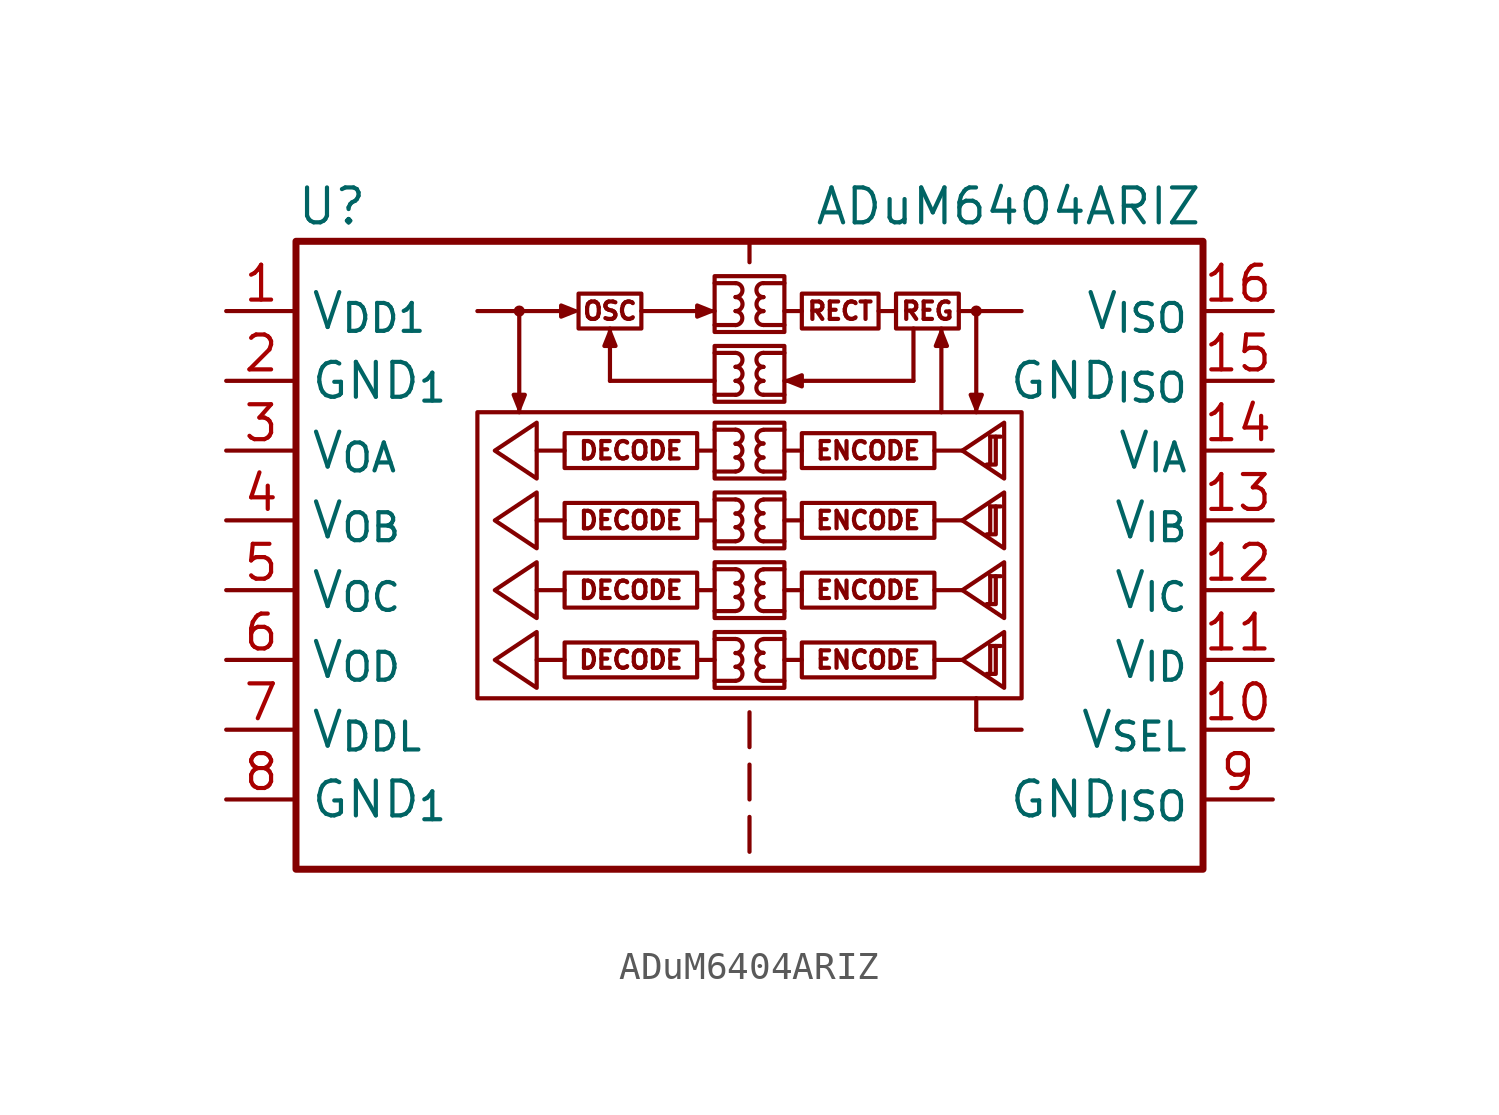
<source format=kicad_sym>
(kicad_symbol_lib
  (version 20211014)
  (generator kicad_symbol_editor)
  (symbol "ADuM6404ARIZ"
    (property "Reference" "U"
      (at 0 1.27 0)
      (effects (font (size 1.27 1.27)) (justify left)))
    (property "Value" "ADuM6404ARIZ"
      (at 33.02 1.27 0)
      (effects (font (size 1.27 1.27)) (justify right)))
    (symbol "ADuM6404ARIZ_0_1"
      (circle (center 8.128 -2.54) (radius 0.127) (stroke (width 0) (type default) (color 0 0 0 0)) (fill (type outline)))
      (circle (center 24.765 -2.54) (radius 0.127) (stroke (width 0) (type default) (color 0 0 0 0)) (fill (type outline))))
    (symbol "ADuM6404ARIZ_1_0"
      (polyline (pts (xy 8.128 -2.54) (xy 8.128 -6.223)) (stroke (width 0) (type default) (color 0 0 0 0)) (fill (type none)))
      (polyline (pts (xy 9.779 -15.24) (xy 8.763 -15.24)) (stroke (width 0) (type default) (color 0 0 0 0)) (fill (type none)))
      (polyline (pts (xy 9.779 -12.7) (xy 8.763 -12.7)) (stroke (width 0) (type default) (color 0 0 0 0)) (fill (type none)))
      (polyline (pts (xy 9.779 -10.16) (xy 8.763 -10.16)) (stroke (width 0) (type default) (color 0 0 0 0)) (fill (type none)))
      (polyline (pts (xy 9.779 -7.62) (xy 8.763 -7.62)) (stroke (width 0) (type default) (color 0 0 0 0)) (fill (type none)))
      (polyline (pts (xy 10.16 -2.54) (xy 6.604 -2.54)) (stroke (width 0) (type default) (color 0 0 0 0)) (fill (type none)))
      (polyline (pts (xy 11.43 -5.08) (xy 15.24 -5.08)) (stroke (width 0) (type default) (color 0 0 0 0)) (fill (type none)))
      (polyline (pts (xy 11.43 -3.175) (xy 11.43 -5.08)) (stroke (width 0) (type default) (color 0 0 0 0)) (fill (type none)))
      (polyline (pts (xy 12.573 -2.54) (xy 15.24 -2.54)) (stroke (width 0) (type default) (color 0 0 0 0)) (fill (type none)))
      (polyline (pts (xy 14.605 -15.24) (xy 15.24 -15.24)) (stroke (width 0) (type default) (color 0 0 0 0)) (fill (type none)))
      (polyline (pts (xy 14.605 -12.7) (xy 15.24 -12.7)) (stroke (width 0) (type default) (color 0 0 0 0)) (fill (type none)))
      (polyline (pts (xy 14.605 -10.16) (xy 15.24 -10.16)) (stroke (width 0) (type default) (color 0 0 0 0)) (fill (type none)))
      (polyline (pts (xy 14.605 -7.62) (xy 15.24 -7.62)) (stroke (width 0) (type default) (color 0 0 0 0)) (fill (type none)))
      (polyline (pts (xy 15.24 -16.002) (xy 16.002 -16.002)) (stroke (width 0) (type default) (color 0 0 0 0)) (fill (type none)))
      (polyline (pts (xy 15.24 -14.478) (xy 16.002 -14.478)) (stroke (width 0) (type default) (color 0 0 0 0)) (fill (type none)))
      (polyline (pts (xy 15.24 -13.462) (xy 16.002 -13.462)) (stroke (width 0) (type default) (color 0 0 0 0)) (fill (type none)))
      (polyline (pts (xy 15.24 -11.938) (xy 16.002 -11.938)) (stroke (width 0) (type default) (color 0 0 0 0)) (fill (type none)))
      (polyline (pts (xy 15.24 -10.922) (xy 16.002 -10.922)) (stroke (width 0) (type default) (color 0 0 0 0)) (fill (type none)))
      (polyline (pts (xy 15.24 -9.398) (xy 16.002 -9.398)) (stroke (width 0) (type default) (color 0 0 0 0)) (fill (type none)))
      (polyline (pts (xy 15.24 -8.382) (xy 16.002 -8.382)) (stroke (width 0) (type default) (color 0 0 0 0)) (fill (type none)))
      (polyline (pts (xy 15.24 -6.858) (xy 16.002 -6.858)) (stroke (width 0) (type default) (color 0 0 0 0)) (fill (type none)))
      (polyline (pts (xy 15.24 -5.588) (xy 16.002 -5.588)) (stroke (width 0) (type default) (color 0 0 0 0)) (fill (type none)))
      (polyline (pts (xy 15.24 -4.064) (xy 16.002 -4.064)) (stroke (width 0) (type default) (color 0 0 0 0)) (fill (type none)))
      (polyline (pts (xy 15.24 -3.048) (xy 16.002 -3.048)) (stroke (width 0) (type default) (color 0 0 0 0)) (fill (type none)))
      (polyline (pts (xy 15.24 -1.524) (xy 16.002 -1.524)) (stroke (width 0) (type default) (color 0 0 0 0)) (fill (type none)))
      (polyline (pts (xy 16.51 -20.955) (xy 16.51 -22.225)) (stroke (width 0) (type default) (color 0 0 0 0)) (fill (type none)))
      (polyline (pts (xy 16.51 -19.05) (xy 16.51 -20.32)) (stroke (width 0) (type default) (color 0 0 0 0)) (fill (type none)))
      (polyline (pts (xy 16.51 -17.145) (xy 16.51 -18.415)) (stroke (width 0) (type default) (color 0 0 0 0)) (fill (type none)))
      (polyline (pts (xy 16.51 0) (xy 16.51 -0.762)) (stroke (width 0) (type default) (color 0 0 0 0)) (fill (type none)))
      (polyline (pts (xy 17.78 -16.002) (xy 17.018 -16.002)) (stroke (width 0) (type default) (color 0 0 0 0)) (fill (type none)))
      (polyline (pts (xy 17.78 -14.478) (xy 17.018 -14.478)) (stroke (width 0) (type default) (color 0 0 0 0)) (fill (type none)))
      (polyline (pts (xy 17.78 -13.462) (xy 17.018 -13.462)) (stroke (width 0) (type default) (color 0 0 0 0)) (fill (type none)))
      (polyline (pts (xy 17.78 -11.938) (xy 17.018 -11.938)) (stroke (width 0) (type default) (color 0 0 0 0)) (fill (type none)))
      (polyline (pts (xy 17.78 -10.922) (xy 17.018 -10.922)) (stroke (width 0) (type default) (color 0 0 0 0)) (fill (type none)))
      (polyline (pts (xy 17.78 -9.398) (xy 17.018 -9.398)) (stroke (width 0) (type default) (color 0 0 0 0)) (fill (type none)))
      (polyline (pts (xy 17.78 -8.382) (xy 17.018 -8.382)) (stroke (width 0) (type default) (color 0 0 0 0)) (fill (type none)))
      (polyline (pts (xy 17.78 -6.858) (xy 17.018 -6.858)) (stroke (width 0) (type default) (color 0 0 0 0)) (fill (type none)))
      (polyline (pts (xy 17.78 -5.588) (xy 17.018 -5.588)) (stroke (width 0) (type default) (color 0 0 0 0)) (fill (type none)))
      (polyline (pts (xy 17.78 -5.08) (xy 22.479 -5.08)) (stroke (width 0) (type default) (color 0 0 0 0)) (fill (type none)))
      (polyline (pts (xy 17.78 -4.064) (xy 17.018 -4.064)) (stroke (width 0) (type default) (color 0 0 0 0)) (fill (type none)))
      (polyline (pts (xy 17.78 -3.048) (xy 17.018 -3.048)) (stroke (width 0) (type default) (color 0 0 0 0)) (fill (type none)))
      (polyline (pts (xy 17.78 -1.524) (xy 17.018 -1.524)) (stroke (width 0) (type default) (color 0 0 0 0)) (fill (type none)))
      (polyline (pts (xy 18.415 -15.24) (xy 17.78 -15.24)) (stroke (width 0) (type default) (color 0 0 0 0)) (fill (type none)))
      (polyline (pts (xy 18.415 -12.7) (xy 17.78 -12.7)) (stroke (width 0) (type default) (color 0 0 0 0)) (fill (type none)))
      (polyline (pts (xy 18.415 -10.16) (xy 17.78 -10.16)) (stroke (width 0) (type default) (color 0 0 0 0)) (fill (type none)))
      (polyline (pts (xy 18.415 -7.62) (xy 17.78 -7.62)) (stroke (width 0) (type default) (color 0 0 0 0)) (fill (type none)))
      (polyline (pts (xy 18.415 -2.54) (xy 17.78 -2.54)) (stroke (width 0) (type default) (color 0 0 0 0)) (fill (type none)))
      (polyline (pts (xy 21.209 -2.54) (xy 21.844 -2.54)) (stroke (width 0) (type default) (color 0 0 0 0)) (fill (type none)))
      (polyline (pts (xy 22.479 -3.175) (xy 22.479 -5.08)) (stroke (width 0) (type default) (color 0 0 0 0)) (fill (type none)))
      (polyline (pts (xy 23.495 -3.175) (xy 23.495 -6.223)) (stroke (width 0) (type default) (color 0 0 0 0)) (fill (type none)))
      (polyline (pts (xy 24.13 -2.54) (xy 26.416 -2.54)) (stroke (width 0) (type default) (color 0 0 0 0)) (fill (type none)))
      (polyline (pts (xy 24.257 -15.24) (xy 23.241 -15.24)) (stroke (width 0) (type default) (color 0 0 0 0)) (fill (type none)))
      (polyline (pts (xy 24.257 -12.7) (xy 23.241 -12.7)) (stroke (width 0) (type default) (color 0 0 0 0)) (fill (type none)))
      (polyline (pts (xy 24.257 -10.16) (xy 23.241 -10.16)) (stroke (width 0) (type default) (color 0 0 0 0)) (fill (type none)))
      (polyline (pts (xy 24.257 -7.62) (xy 23.241 -7.62)) (stroke (width 0) (type default) (color 0 0 0 0)) (fill (type none)))
      (polyline (pts (xy 24.765 -17.78) (xy 26.416 -17.78)) (stroke (width 0) (type default) (color 0 0 0 0)) (fill (type none)))
      (polyline (pts (xy 24.765 -16.637) (xy 24.765 -17.78)) (stroke (width 0) (type default) (color 0 0 0 0)) (fill (type none)))
      (polyline (pts (xy 24.765 -2.54) (xy 24.765 -6.223)) (stroke (width 0) (type default) (color 0 0 0 0)) (fill (type none)))
      (polyline (pts (xy 8.128 -6.096) (xy 8.331 -5.588) (xy 7.925 -5.588) (xy 8.128 -6.096)) (stroke (width 0) (type default) (color 0 0 0 0)) (fill (type outline)))
      (polyline (pts (xy 10.16 -2.54) (xy 9.652 -2.337) (xy 9.652 -2.743) (xy 10.16 -2.54)) (stroke (width 0) (type default) (color 0 0 0 0)) (fill (type outline)))
      (polyline (pts (xy 11.43 -3.302) (xy 11.227 -3.81) (xy 11.633 -3.81) (xy 11.43 -3.302)) (stroke (width 0) (type default) (color 0 0 0 0)) (fill (type outline)))
      (polyline (pts (xy 15.113 -2.54) (xy 14.605 -2.337) (xy 14.605 -2.743) (xy 15.113 -2.54)) (stroke (width 0) (type default) (color 0 0 0 0)) (fill (type outline)))
      (polyline (pts (xy 17.907 -5.08) (xy 18.415 -4.877) (xy 18.415 -5.283) (xy 17.907 -5.08)) (stroke (width 0) (type default) (color 0 0 0 0)) (fill (type outline)))
      (polyline (pts (xy 23.495 -3.302) (xy 23.292 -3.81) (xy 23.698 -3.81) (xy 23.495 -3.302)) (stroke (width 0) (type default) (color 0 0 0 0)) (fill (type outline)))
      (polyline (pts (xy 24.765 -6.096) (xy 24.968 -5.588) (xy 24.562 -5.588) (xy 24.765 -6.096)) (stroke (width 0) (type default) (color 0 0 0 0)) (fill (type outline)))
      (rectangle (start 6.604 -6.223) (end 26.416 -16.637) (stroke (width 0) (type default) (color 0 0 0 0)) (fill (type none)))
      (rectangle (start 15.24 -14.224) (end 17.78 -16.256) (stroke (width 0) (type default) (color 0 0 0 0)) (fill (type none)))
      (rectangle (start 15.24 -11.684) (end 17.78 -13.716) (stroke (width 0) (type default) (color 0 0 0 0)) (fill (type none)))
      (rectangle (start 15.24 -9.144) (end 17.78 -11.176) (stroke (width 0) (type default) (color 0 0 0 0)) (fill (type none)))
      (rectangle (start 15.24 -6.604) (end 17.78 -8.636) (stroke (width 0) (type default) (color 0 0 0 0)) (fill (type none)))
      (rectangle (start 15.24 -3.81) (end 17.78 -5.842) (stroke (width 0) (type default) (color 0 0 0 0)) (fill (type none)))
      (rectangle (start 15.24 -1.27) (end 17.78 -3.302) (stroke (width 0) (type default) (color 0 0 0 0)) (fill (type none)))
      (arc (start 16.002 -16.002) (mid 16.256 -15.748) (end 16.002 -15.494) (stroke (width 0) (type default) (color 0 0 0 0)) (fill (type none)))
      (arc (start 16.002 -15.494) (mid 16.256 -15.24) (end 16.002 -14.986) (stroke (width 0) (type default) (color 0 0 0 0)) (fill (type none)))
      (arc (start 16.002 -14.986) (mid 16.256 -14.732) (end 16.002 -14.478) (stroke (width 0) (type default) (color 0 0 0 0)) (fill (type none)))
      (arc (start 16.002 -13.462) (mid 16.256 -13.208) (end 16.002 -12.954) (stroke (width 0) (type default) (color 0 0 0 0)) (fill (type none)))
      (arc (start 16.002 -12.954) (mid 16.256 -12.7) (end 16.002 -12.446) (stroke (width 0) (type default) (color 0 0 0 0)) (fill (type none)))
      (arc (start 16.002 -12.446) (mid 16.256 -12.192) (end 16.002 -11.938) (stroke (width 0) (type default) (color 0 0 0 0)) (fill (type none)))
      (arc (start 16.002 -10.922) (mid 16.256 -10.668) (end 16.002 -10.414) (stroke (width 0) (type default) (color 0 0 0 0)) (fill (type none)))
      (arc (start 16.002 -10.414) (mid 16.256 -10.16) (end 16.002 -9.906) (stroke (width 0) (type default) (color 0 0 0 0)) (fill (type none)))
      (arc (start 16.002 -9.906) (mid 16.256 -9.652) (end 16.002 -9.398) (stroke (width 0) (type default) (color 0 0 0 0)) (fill (type none)))
      (arc (start 16.002 -8.382) (mid 16.256 -8.128) (end 16.002 -7.874) (stroke (width 0) (type default) (color 0 0 0 0)) (fill (type none)))
      (arc (start 16.002 -7.874) (mid 16.256 -7.62) (end 16.002 -7.366) (stroke (width 0) (type default) (color 0 0 0 0)) (fill (type none)))
      (arc (start 16.002 -7.366) (mid 16.256 -7.112) (end 16.002 -6.858) (stroke (width 0) (type default) (color 0 0 0 0)) (fill (type none)))
      (arc (start 16.002 -5.588) (mid 16.256 -5.334) (end 16.002 -5.08) (stroke (width 0) (type default) (color 0 0 0 0)) (fill (type none)))
      (arc (start 16.002 -5.08) (mid 16.256 -4.826) (end 16.002 -4.572) (stroke (width 0) (type default) (color 0 0 0 0)) (fill (type none)))
      (arc (start 16.002 -4.572) (mid 16.256 -4.318) (end 16.002 -4.064) (stroke (width 0) (type default) (color 0 0 0 0)) (fill (type none)))
      (arc (start 16.002 -3.048) (mid 16.256 -2.794) (end 16.002 -2.54) (stroke (width 0) (type default) (color 0 0 0 0)) (fill (type none)))
      (arc (start 16.002 -2.54) (mid 16.256 -2.286) (end 16.002 -2.032) (stroke (width 0) (type default) (color 0 0 0 0)) (fill (type none)))
      (arc (start 16.002 -2.032) (mid 16.256 -1.778) (end 16.002 -1.524) (stroke (width 0) (type default) (color 0 0 0 0)) (fill (type none)))
      (arc (start 17.018 -15.494) (mid 16.764 -15.748) (end 17.018 -16.002) (stroke (width 0) (type default) (color 0 0 0 0)) (fill (type none)))
      (arc (start 17.018 -14.986) (mid 16.764 -15.24) (end 17.018 -15.494) (stroke (width 0) (type default) (color 0 0 0 0)) (fill (type none)))
      (arc (start 17.018 -14.478) (mid 16.764 -14.732) (end 17.018 -14.986) (stroke (width 0) (type default) (color 0 0 0 0)) (fill (type none)))
      (arc (start 17.018 -12.954) (mid 16.764 -13.208) (end 17.018 -13.462) (stroke (width 0) (type default) (color 0 0 0 0)) (fill (type none)))
      (arc (start 17.018 -12.446) (mid 16.764 -12.7) (end 17.018 -12.954) (stroke (width 0) (type default) (color 0 0 0 0)) (fill (type none)))
      (arc (start 17.018 -11.938) (mid 16.764 -12.192) (end 17.018 -12.446) (stroke (width 0) (type default) (color 0 0 0 0)) (fill (type none)))
      (arc (start 17.018 -10.414) (mid 16.764 -10.668) (end 17.018 -10.922) (stroke (width 0) (type default) (color 0 0 0 0)) (fill (type none)))
      (arc (start 17.018 -9.906) (mid 16.764 -10.16) (end 17.018 -10.414) (stroke (width 0) (type default) (color 0 0 0 0)) (fill (type none)))
      (arc (start 17.018 -9.398) (mid 16.764 -9.652) (end 17.018 -9.906) (stroke (width 0) (type default) (color 0 0 0 0)) (fill (type none)))
      (arc (start 17.018 -7.874) (mid 16.764 -8.128) (end 17.018 -8.382) (stroke (width 0) (type default) (color 0 0 0 0)) (fill (type none)))
      (arc (start 17.018 -7.366) (mid 16.764 -7.62) (end 17.018 -7.874) (stroke (width 0) (type default) (color 0 0 0 0)) (fill (type none)))
      (arc (start 17.018 -6.858) (mid 16.764 -7.112) (end 17.018 -7.366) (stroke (width 0) (type default) (color 0 0 0 0)) (fill (type none)))
      (arc (start 17.018 -5.08) (mid 16.764 -5.334) (end 17.018 -5.588) (stroke (width 0) (type default) (color 0 0 0 0)) (fill (type none)))
      (arc (start 17.018 -4.572) (mid 16.764 -4.826) (end 17.018 -5.08) (stroke (width 0) (type default) (color 0 0 0 0)) (fill (type none)))
      (arc (start 17.018 -4.064) (mid 16.764 -4.318) (end 17.018 -4.572) (stroke (width 0) (type default) (color 0 0 0 0)) (fill (type none)))
      (arc (start 17.018 -2.54) (mid 16.764 -2.794) (end 17.018 -3.048) (stroke (width 0) (type default) (color 0 0 0 0)) (fill (type none)))
      (arc (start 17.018 -2.032) (mid 16.764 -2.286) (end 17.018 -2.54) (stroke (width 0) (type default) (color 0 0 0 0)) (fill (type none)))
      (arc (start 17.018 -1.524) (mid 16.764 -1.778) (end 17.018 -2.032) (stroke (width 0) (type default) (color 0 0 0 0)) (fill (type none)))
      (rectangle (start 18.415 -14.605) (end 23.241 -15.875) (stroke (width 0) (type default) (color 0 0 0 0)) (fill (type none)))
      (rectangle (start 18.415 -12.065) (end 23.241 -13.335) (stroke (width 0) (type default) (color 0 0 0 0)) (fill (type none)))
      (rectangle (start 18.415 -9.525) (end 23.241 -10.795) (stroke (width 0) (type default) (color 0 0 0 0)) (fill (type none)))
      (rectangle (start 18.415 -6.985) (end 23.241 -8.255) (stroke (width 0) (type default) (color 0 0 0 0)) (fill (type none)))
      (text "DECODE" (at 12.192 -15.24 0) (effects (font (size 0.635 0.635))))
      (text "DECODE" (at 12.192 -12.7 0) (effects (font (size 0.635 0.635))))
      (text "DECODE" (at 12.192 -10.16 0) (effects (font (size 0.635 0.635))))
      (text "DECODE" (at 12.192 -7.62 0) (effects (font (size 0.635 0.635))))
      (text "ENCODE" (at 20.828 -15.24 0) (effects (font (size 0.635 0.635))))
      (text "ENCODE" (at 20.828 -12.7 0) (effects (font (size 0.635 0.635))))
      (text "ENCODE" (at 20.828 -10.16 0) (effects (font (size 0.635 0.635))))
      (text "ENCODE" (at 20.828 -7.62 0) (effects (font (size 0.635 0.635))))
      (text "OSC" (at 11.43 -2.54 0) (effects (font (size 0.635 0.635))))
      (text "RECT" (at 19.812 -2.54 0) (effects (font (size 0.635 0.635))))
      (text "REG" (at 22.987 -2.54 0) (effects (font (size 0.635 0.635)))))
    (symbol "ADuM6404ARIZ_1_1"
      (polyline (pts (xy 25.273 -14.732) (xy 25.654 -14.732)) (stroke (width 0) (type default) (color 0 0 0 0)) (fill (type none)))
      (polyline (pts (xy 25.273 -12.192) (xy 25.654 -12.192)) (stroke (width 0) (type default) (color 0 0 0 0)) (fill (type none)))
      (polyline (pts (xy 25.273 -9.652) (xy 25.654 -9.652)) (stroke (width 0) (type default) (color 0 0 0 0)) (fill (type none)))
      (polyline (pts (xy 25.273 -7.112) (xy 25.654 -7.112)) (stroke (width 0) (type default) (color 0 0 0 0)) (fill (type none)))
      (polyline (pts (xy 25.222 -15.748) (xy 25.476 -15.748) (xy 25.476 -14.732)) (stroke (width 0) (type default) (color 0 0 0 0)) (fill (type none)))
      (polyline (pts (xy 25.222 -13.208) (xy 25.476 -13.208) (xy 25.476 -12.192)) (stroke (width 0) (type default) (color 0 0 0 0)) (fill (type none)))
      (polyline (pts (xy 25.222 -10.668) (xy 25.476 -10.668) (xy 25.476 -9.652)) (stroke (width 0) (type default) (color 0 0 0 0)) (fill (type none)))
      (polyline (pts (xy 25.222 -8.128) (xy 25.476 -8.128) (xy 25.476 -7.112)) (stroke (width 0) (type default) (color 0 0 0 0)) (fill (type none)))
      (polyline (pts (xy 25.273 -14.732) (xy 25.273 -15.748) (xy 25.146 -15.748)) (stroke (width 0) (type default) (color 0 0 0 0)) (fill (type none)))
      (polyline (pts (xy 25.273 -12.192) (xy 25.273 -13.208) (xy 25.146 -13.208)) (stroke (width 0) (type default) (color 0 0 0 0)) (fill (type none)))
      (polyline (pts (xy 25.273 -9.652) (xy 25.273 -10.668) (xy 25.146 -10.668)) (stroke (width 0) (type default) (color 0 0 0 0)) (fill (type none)))
      (polyline (pts (xy 25.273 -7.112) (xy 25.273 -8.128) (xy 25.146 -8.128)) (stroke (width 0) (type default) (color 0 0 0 0)) (fill (type none)))
      (polyline (pts (xy 7.239 -15.24) (xy 8.763 -14.224) (xy 8.763 -16.256) (xy 7.239 -15.24)) (stroke (width 0) (type default) (color 0 0 0 0)) (fill (type none)))
      (polyline (pts (xy 7.239 -12.7) (xy 8.763 -11.684) (xy 8.763 -13.716) (xy 7.239 -12.7)) (stroke (width 0) (type default) (color 0 0 0 0)) (fill (type none)))
      (polyline (pts (xy 7.239 -10.16) (xy 8.763 -9.144) (xy 8.763 -11.176) (xy 7.239 -10.16)) (stroke (width 0) (type default) (color 0 0 0 0)) (fill (type none)))
      (polyline (pts (xy 7.239 -7.62) (xy 8.763 -6.604) (xy 8.763 -8.636) (xy 7.239 -7.62)) (stroke (width 0) (type default) (color 0 0 0 0)) (fill (type none)))
      (polyline (pts (xy 24.257 -15.24) (xy 25.781 -14.224) (xy 25.781 -16.256) (xy 24.257 -15.24)) (stroke (width 0) (type default) (color 0 0 0 0)) (fill (type none)))
      (polyline (pts (xy 24.257 -12.7) (xy 25.781 -11.684) (xy 25.781 -13.716) (xy 24.257 -12.7)) (stroke (width 0) (type default) (color 0 0 0 0)) (fill (type none)))
      (polyline (pts (xy 24.257 -10.16) (xy 25.781 -9.144) (xy 25.781 -11.176) (xy 24.257 -10.16)) (stroke (width 0) (type default) (color 0 0 0 0)) (fill (type none)))
      (polyline (pts (xy 24.257 -7.62) (xy 25.781 -6.604) (xy 25.781 -8.636) (xy 24.257 -7.62)) (stroke (width 0) (type default) (color 0 0 0 0)) (fill (type none)))
      (rectangle (start 0 0) (end 33.02 -22.86) (stroke (width 0.254) (type default) (color 0 0 0 0)) (fill (type none)))
      (rectangle (start 9.779 -14.605) (end 14.605 -15.875) (stroke (width 0) (type default) (color 0 0 0 0)) (fill (type none)))
      (rectangle (start 9.779 -12.065) (end 14.605 -13.335) (stroke (width 0) (type default) (color 0 0 0 0)) (fill (type none)))
      (rectangle (start 9.779 -9.525) (end 14.605 -10.795) (stroke (width 0) (type default) (color 0 0 0 0)) (fill (type none)))
      (rectangle (start 9.779 -6.985) (end 14.605 -8.255) (stroke (width 0) (type default) (color 0 0 0 0)) (fill (type none)))
      (rectangle (start 10.287 -1.905) (end 12.573 -3.175) (stroke (width 0) (type default) (color 0 0 0 0)) (fill (type none)))
      (rectangle (start 18.415 -1.905) (end 21.209 -3.175) (stroke (width 0) (type default) (color 0 0 0 0)) (fill (type none)))
      (rectangle (start 21.844 -1.905) (end 24.13 -3.175) (stroke (width 0) (type default) (color 0 0 0 0)) (fill (type none)))
      (pin power_in line (at -2.54 -2.54 0) (length 2.54) (name "V_{DD1}" (effects (font (size 1.27 1.27)))) (number "1" (effects (font (size 1.27 1.27)))))
      (pin input line (at 35.56 -17.78 180) (length 2.54) (name "V_{SEL}" (effects (font (size 1.27 1.27)))) (number "10" (effects (font (size 1.27 1.27)))))
      (pin input line (at 35.56 -15.24 180) (length 2.54) (name "V_{ID}" (effects (font (size 1.27 1.27)))) (number "11" (effects (font (size 1.27 1.27)))))
      (pin input line (at 35.56 -12.7 180) (length 2.54) (name "V_{IC}" (effects (font (size 1.27 1.27)))) (number "12" (effects (font (size 1.27 1.27)))))
      (pin input line (at 35.56 -10.16 180) (length 2.54) (name "V_{IB}" (effects (font (size 1.27 1.27)))) (number "13" (effects (font (size 1.27 1.27)))))
      (pin input line (at 35.56 -7.62 180) (length 2.54) (name "V_{IA}" (effects (font (size 1.27 1.27)))) (number "14" (effects (font (size 1.27 1.27)))))
      (pin power_in line (at 35.56 -5.08 180) (length 2.54) (name "GND_{ISO}" (effects (font (size 1.27 1.27)))) (number "15" (effects (font (size 1.27 1.27)))))
      (pin power_out line (at 35.56 -2.54 180) (length 2.54) (name "V_{ISO}" (effects (font (size 1.27 1.27)))) (number "16" (effects (font (size 1.27 1.27)))))
      (pin power_in line (at -2.54 -5.08 0) (length 2.54) (name "GND_{1}" (effects (font (size 1.27 1.27)))) (number "2" (effects (font (size 1.27 1.27)))))
      (pin output line (at -2.54 -7.62 0) (length 2.54) (name "V_{OA}" (effects (font (size 1.27 1.27)))) (number "3" (effects (font (size 1.27 1.27)))))
      (pin output line (at -2.54 -10.16 0) (length 2.54) (name "V_{OB}" (effects (font (size 1.27 1.27)))) (number "4" (effects (font (size 1.27 1.27)))))
      (pin output line (at -2.54 -12.7 0) (length 2.54) (name "V_{OC}" (effects (font (size 1.27 1.27)))) (number "5" (effects (font (size 1.27 1.27)))))
      (pin output line (at -2.54 -15.24 0) (length 2.54) (name "V_{OD}" (effects (font (size 1.27 1.27)))) (number "6" (effects (font (size 1.27 1.27)))))
      (pin power_in line (at -2.54 -17.78 0) (length 2.54) (name "V_{DDL}" (effects (font (size 1.27 1.27)))) (number "7" (effects (font (size 1.27 1.27)))))
      (pin power_in line (at -2.54 -20.32 0) (length 2.54) (name "GND_{1}" (effects (font (size 1.27 1.27)))) (number "8" (effects (font (size 1.27 1.27)))))
      (pin power_in line (at 35.56 -20.32 180) (length 2.54) (name "GND_{ISO}" (effects (font (size 1.27 1.27)))) (number "9" (effects (font (size 1.27 1.27))))))))
</source>
